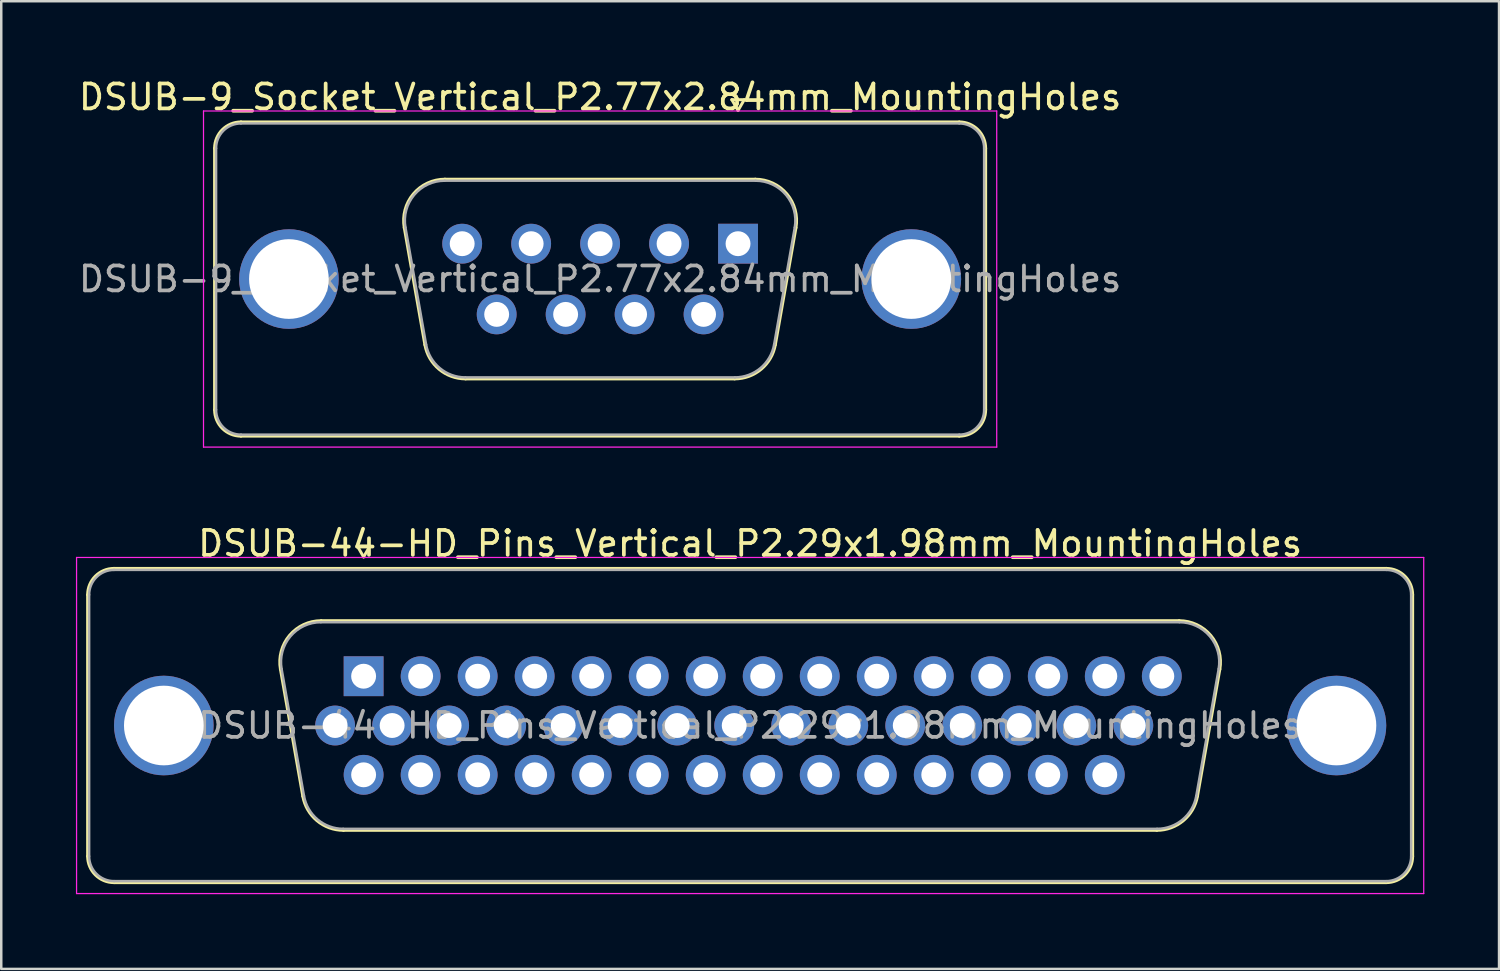
<source format=kicad_pcb>
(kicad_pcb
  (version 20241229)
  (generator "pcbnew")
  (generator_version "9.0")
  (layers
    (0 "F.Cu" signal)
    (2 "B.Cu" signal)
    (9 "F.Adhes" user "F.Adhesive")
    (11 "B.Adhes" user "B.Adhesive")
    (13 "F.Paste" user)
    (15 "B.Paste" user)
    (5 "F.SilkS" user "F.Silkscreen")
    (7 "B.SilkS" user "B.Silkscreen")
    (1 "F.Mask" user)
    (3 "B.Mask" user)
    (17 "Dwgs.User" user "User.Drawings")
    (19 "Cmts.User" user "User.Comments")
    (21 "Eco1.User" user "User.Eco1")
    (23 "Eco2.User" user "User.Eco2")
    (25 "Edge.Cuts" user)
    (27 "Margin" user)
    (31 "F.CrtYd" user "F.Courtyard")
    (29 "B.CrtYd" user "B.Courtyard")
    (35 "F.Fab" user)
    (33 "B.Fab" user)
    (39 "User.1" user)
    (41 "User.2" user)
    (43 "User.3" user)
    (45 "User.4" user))
  (footprint "DSUB-9_Socket_Vertical_P2.77x2.84mm_MountingHoles"
    (layer "F.Cu")
    (at 26.594 6.738)
    (property "Reference" "DSUB-9_Socket_Vertical_P2.77x2.84mm_MountingHoles" (at -5.54 -5.89 0) (layer "F.SilkS") (effects (font (size 1 1) (thickness 0.15))))
    (attr through_hole)
    (fp_line (start -21.025 6.67) (end -21.025 -3.83) (stroke (width 0.12) (type solid)) (layer "F.SilkS"))
    (fp_line (start -19.965 -4.89) (end 8.885 -4.89) (stroke (width 0.12) (type solid)) (layer "F.SilkS"))
    (fp_line (start -13.406 -0.642) (end -12.578 4.058) (stroke (width 0.12) (type solid)) (layer "F.SilkS"))
    (fp_line (start -11.772 -2.59) (end 0.692 -2.59) (stroke (width 0.12) (type solid)) (layer "F.SilkS"))
    (fp_line (start -10.943 5.43) (end -0.137 5.43) (stroke (width 0.12) (type solid)) (layer "F.SilkS"))
    (fp_line (start -0.25 -5.784) (end 0.25 -5.784) (stroke (width 0.12) (type solid)) (layer "F.SilkS"))
    (fp_line (start 0 -5.351) (end -0.25 -5.784) (stroke (width 0.12) (type solid)) (layer "F.SilkS"))
    (fp_line (start 0.25 -5.784) (end 0 -5.351) (stroke (width 0.12) (type solid)) (layer "F.SilkS"))
    (fp_line (start 2.326 -0.642) (end 1.498 4.058) (stroke (width 0.12) (type solid)) (layer "F.SilkS"))
    (fp_line (start 8.885 7.73) (end -19.965 7.73) (stroke (width 0.12) (type solid)) (layer "F.SilkS"))
    (fp_line (start 9.945 -3.83) (end 9.945 6.67) (stroke (width 0.12) (type solid)) (layer "F.SilkS"))
    (fp_arc (start -21.025 -3.83) (mid -20.714533 -4.579533) (end -19.965 -4.89) (stroke (width 0.12) (type solid)) (layer "F.SilkS"))
    (fp_arc (start -19.965 7.73) (mid -20.714533 7.419533) (end -21.025 6.67) (stroke (width 0.12) (type solid)) (layer "F.SilkS"))
    (fp_arc (start -13.40647 -0.641744) (mid -13.043323 -1.997027) (end -11.771689 -2.59) (stroke (width 0.12) (type solid)) (layer "F.SilkS"))
    (fp_arc (start -10.942952 5.43) (mid -12.00998 5.041634) (end -12.577733 4.058256) (stroke (width 0.12) (type solid)) (layer "F.SilkS"))
    (fp_arc (start 0.691689 -2.59) (mid 1.963323 -1.997027) (end 2.32647 -0.641744) (stroke (width 0.12) (type solid)) (layer "F.SilkS"))
    (fp_arc (start 1.497733 4.058256) (mid 0.92998 5.041634) (end -0.137048 5.43) (stroke (width 0.12) (type solid)) (layer "F.SilkS"))
    (fp_arc (start 8.885 -4.89) (mid 9.634533 -4.579533) (end 9.945 -3.83) (stroke (width 0.12) (type solid)) (layer "F.SilkS"))
    (fp_arc (start 9.945 6.67) (mid 9.634533 7.419533) (end 8.885 7.73) (stroke (width 0.12) (type solid)) (layer "F.SilkS"))
    (fp_line (start -21.47 -5.33) (end -21.47 8.17) (stroke (width 0.05) (type solid)) (layer "F.CrtYd"))
    (fp_line (start -21.47 8.17) (end 10.39 8.17) (stroke (width 0.05) (type solid)) (layer "F.CrtYd"))
    (fp_line (start 10.39 -5.33) (end -21.47 -5.33) (stroke (width 0.05) (type solid)) (layer "F.CrtYd"))
    (fp_line (start 10.39 8.17) (end 10.39 -5.33) (stroke (width 0.05) (type solid)) (layer "F.CrtYd"))
    (fp_line (start -20.965 6.67) (end -20.965 -3.83) (stroke (width 0.1) (type solid)) (layer "F.Fab"))
    (fp_line (start -19.965 -4.83) (end 8.885 -4.83) (stroke (width 0.1) (type solid)) (layer "F.Fab"))
    (fp_line (start -13.359 -0.652) (end -12.53 4.048) (stroke (width 0.1) (type solid)) (layer "F.Fab"))
    (fp_line (start -11.783 -2.53) (end 0.703 -2.53) (stroke (width 0.1) (type solid)) (layer "F.Fab"))
    (fp_line (start -10.954 5.37) (end -0.126 5.37) (stroke (width 0.1) (type solid)) (layer "F.Fab"))
    (fp_line (start 2.279 -0.652) (end 1.45 4.048) (stroke (width 0.1) (type solid)) (layer "F.Fab"))
    (fp_line (start 8.885 7.67) (end -19.965 7.67) (stroke (width 0.1) (type solid)) (layer "F.Fab"))
    (fp_line (start 9.885 -3.83) (end 9.885 6.67) (stroke (width 0.1) (type solid)) (layer "F.Fab"))
    (fp_arc (start -20.965 -3.83) (mid -20.672107 -4.537107) (end -19.965 -4.83) (stroke (width 0.1) (type solid)) (layer "F.Fab"))
    (fp_arc (start -19.965 7.67) (mid -20.672107 7.377107) (end -20.965 6.67) (stroke (width 0.1) (type solid)) (layer "F.Fab"))
    (fp_arc (start -13.358887 -0.652163) (mid -13.008865 -1.95846) (end -11.783194 -2.53) (stroke (width 0.1) (type solid)) (layer "F.Fab"))
    (fp_arc (start -10.954457 5.37) (mid -11.982918 4.995671) (end -12.53015 4.047837) (stroke (width 0.1) (type solid)) (layer "F.Fab"))
    (fp_arc (start 0.703194 -2.53) (mid 1.928865 -1.95846) (end 2.278887 -0.652163) (stroke (width 0.1) (type solid)) (layer "F.Fab"))
    (fp_arc (start 1.45015 4.047837) (mid 0.902918 4.995671) (end -0.125543 5.37) (stroke (width 0.1) (type solid)) (layer "F.Fab"))
    (fp_arc (start 8.885 -4.83) (mid 9.592107 -4.537107) (end 9.885 -3.83) (stroke (width 0.1) (type solid)) (layer "F.Fab"))
    (fp_arc (start 9.885 6.67) (mid 9.592107 7.377107) (end 8.885 7.67) (stroke (width 0.1) (type solid)) (layer "F.Fab"))
    (fp_text user "${REFERENCE}" (at -5.54 1.42 0) (layer "F.Fab") (effects (font (size 1 1) (thickness 0.15))))
    (pad "0" thru_hole circle (at -18.04 1.42) (size 4 4) (drill 3.2) (layers "*.Cu" "*.Mask"))
    (pad "0" thru_hole circle (at 6.96 1.42) (size 4 4) (drill 3.2) (layers "*.Cu" "*.Mask"))
    (pad "1" thru_hole rect (at 0 0) (size 1.6 1.6) (drill 1) (layers "*.Cu" "*.Mask"))
    (pad "2" thru_hole circle (at -2.77 0) (size 1.6 1.6) (drill 1) (layers "*.Cu" "*.Mask"))
    (pad "3" thru_hole circle (at -5.54 0) (size 1.6 1.6) (drill 1) (layers "*.Cu" "*.Mask"))
    (pad "4" thru_hole circle (at -8.31 0) (size 1.6 1.6) (drill 1) (layers "*.Cu" "*.Mask"))
    (pad "5" thru_hole circle (at -11.08 0) (size 1.6 1.6) (drill 1) (layers "*.Cu" "*.Mask"))
    (pad "6" thru_hole circle (at -1.385 2.84) (size 1.6 1.6) (drill 1) (layers "*.Cu" "*.Mask"))
    (pad "7" thru_hole circle (at -4.155 2.84) (size 1.6 1.6) (drill 1) (layers "*.Cu" "*.Mask"))
    (pad "8" thru_hole circle (at -6.925 2.84) (size 1.6 1.6) (drill 1) (layers "*.Cu" "*.Mask"))
    (pad "9" thru_hole circle (at -9.695 2.84) (size 1.6 1.6) (drill 1) (layers "*.Cu" "*.Mask")))
  (footprint "DSUB-44-HD_Pins_Vertical_P2.29x1.98mm_MountingHoles"
    (layer "F.Cu")
    (at 11.555 24.111)
    (property "Reference" "DSUB-44-HD_Pins_Vertical_P2.29x1.98mm_MountingHoles" (at 15.525 -5.33 0) (layer "F.SilkS") (effects (font (size 1 1) (thickness 0.15))))
    (attr through_hole)
    (fp_line (start -11.085 7.23) (end -11.085 -3.27) (stroke (width 0.12) (type solid)) (layer "F.SilkS"))
    (fp_line (start -10.025 -4.33) (end 41.075 -4.33) (stroke (width 0.12) (type solid)) (layer "F.SilkS"))
    (fp_line (start -3.341 -0.282) (end -2.442 4.818) (stroke (width 0.12) (type solid)) (layer "F.SilkS"))
    (fp_line (start -1.707 -2.23) (end 32.757 -2.23) (stroke (width 0.12) (type solid)) (layer "F.SilkS"))
    (fp_line (start -0.807 6.19) (end 31.857 6.19) (stroke (width 0.12) (type solid)) (layer "F.SilkS"))
    (fp_line (start -0.25 -5.224) (end 0.25 -5.224) (stroke (width 0.12) (type solid)) (layer "F.SilkS"))
    (fp_line (start 0 -4.791) (end -0.25 -5.224) (stroke (width 0.12) (type solid)) (layer "F.SilkS"))
    (fp_line (start 0.25 -5.224) (end 0 -4.791) (stroke (width 0.12) (type solid)) (layer "F.SilkS"))
    (fp_line (start 34.391 -0.282) (end 33.492 4.818) (stroke (width 0.12) (type solid)) (layer "F.SilkS"))
    (fp_line (start 41.075 8.29) (end -10.025 8.29) (stroke (width 0.12) (type solid)) (layer "F.SilkS"))
    (fp_line (start 42.135 -3.27) (end 42.135 7.23) (stroke (width 0.12) (type solid)) (layer "F.SilkS"))
    (fp_arc (start -11.085 -3.27) (mid -10.774533 -4.019533) (end -10.025 -4.33) (stroke (width 0.12) (type solid)) (layer "F.SilkS"))
    (fp_arc (start -10.025 8.29) (mid -10.774533 7.979533) (end -11.085 7.23) (stroke (width 0.12) (type solid)) (layer "F.SilkS"))
    (fp_arc (start -3.34147 -0.281744) (mid -2.978323 -1.637027) (end -1.706689 -2.23) (stroke (width 0.12) (type solid)) (layer "F.SilkS"))
    (fp_arc (start -0.807421 6.19) (mid -1.874449 5.801634) (end -2.442202 4.818256) (stroke (width 0.12) (type solid)) (layer "F.SilkS"))
    (fp_arc (start 32.756689 -2.23) (mid 34.028323 -1.637027) (end 34.39147 -0.281744) (stroke (width 0.12) (type solid)) (layer "F.SilkS"))
    (fp_arc (start 33.492202 4.818256) (mid 32.924449 5.801634) (end 31.857421 6.19) (stroke (width 0.12) (type solid)) (layer "F.SilkS"))
    (fp_arc (start 41.075 -4.33) (mid 41.824533 -4.019533) (end 42.135 -3.27) (stroke (width 0.12) (type solid)) (layer "F.SilkS"))
    (fp_arc (start 42.135 7.23) (mid 41.824533 7.979533) (end 41.075 8.29) (stroke (width 0.12) (type solid)) (layer "F.SilkS"))
    (fp_line (start -11.53 -4.77) (end -11.53 8.73) (stroke (width 0.05) (type solid)) (layer "F.CrtYd"))
    (fp_line (start -11.53 8.73) (end 42.58 8.73) (stroke (width 0.05) (type solid)) (layer "F.CrtYd"))
    (fp_line (start 42.58 -4.77) (end -11.53 -4.77) (stroke (width 0.05) (type solid)) (layer "F.CrtYd"))
    (fp_line (start 42.58 8.73) (end 42.58 -4.77) (stroke (width 0.05) (type solid)) (layer "F.CrtYd"))
    (fp_line (start -11.025 7.23) (end -11.025 -3.27) (stroke (width 0.1) (type solid)) (layer "F.Fab"))
    (fp_line (start -10.025 -4.27) (end 41.075 -4.27) (stroke (width 0.1) (type solid)) (layer "F.Fab"))
    (fp_line (start -3.294 -0.292) (end -2.395 4.808) (stroke (width 0.1) (type solid)) (layer "F.Fab"))
    (fp_line (start -1.718 -2.17) (end 32.768 -2.17) (stroke (width 0.1) (type solid)) (layer "F.Fab"))
    (fp_line (start -0.819 6.13) (end 31.869 6.13) (stroke (width 0.1) (type solid)) (layer "F.Fab"))
    (fp_line (start 34.344 -0.292) (end 33.445 4.808) (stroke (width 0.1) (type solid)) (layer "F.Fab"))
    (fp_line (start 41.075 8.23) (end -10.025 8.23) (stroke (width 0.1) (type solid)) (layer "F.Fab"))
    (fp_line (start 42.075 -3.27) (end 42.075 7.23) (stroke (width 0.1) (type solid)) (layer "F.Fab"))
    (fp_arc (start -11.025 -3.27) (mid -10.732107 -3.977107) (end -10.025 -4.27) (stroke (width 0.1) (type solid)) (layer "F.Fab"))
    (fp_arc (start -10.025 8.23) (mid -10.732107 7.937107) (end -11.025 7.23) (stroke (width 0.1) (type solid)) (layer "F.Fab"))
    (fp_arc (start -3.293887 -0.292163) (mid -2.943865 -1.59846) (end -1.718194 -2.17) (stroke (width 0.1) (type solid)) (layer "F.Fab"))
    (fp_arc (start -0.818927 6.13) (mid -1.847387 5.755671) (end -2.394619 4.807837) (stroke (width 0.1) (type solid)) (layer "F.Fab"))
    (fp_arc (start 32.768194 -2.17) (mid 33.993865 -1.59846) (end 34.343887 -0.292163) (stroke (width 0.1) (type solid)) (layer "F.Fab"))
    (fp_arc (start 33.444619 4.807837) (mid 32.897387 5.755671) (end 31.868927 6.13) (stroke (width 0.1) (type solid)) (layer "F.Fab"))
    (fp_arc (start 41.075 -4.27) (mid 41.782107 -3.977107) (end 42.075 -3.27) (stroke (width 0.1) (type solid)) (layer "F.Fab"))
    (fp_arc (start 42.075 7.23) (mid 41.782107 7.937107) (end 41.075 8.23) (stroke (width 0.1) (type solid)) (layer "F.Fab"))
    (fp_text user "${REFERENCE}" (at 15.525 1.98 0) (layer "F.Fab") (effects (font (size 1 1) (thickness 0.15))))
    (pad "0" thru_hole circle (at -8.025 1.98) (size 4 4) (drill 3.2) (layers "*.Cu" "*.Mask"))
    (pad "0" thru_hole circle (at 39.075 1.98) (size 4 4) (drill 3.2) (layers "*.Cu" "*.Mask"))
    (pad "1" thru_hole rect (at 0 0) (size 1.6 1.6) (drill 1) (layers "*.Cu" "*.Mask"))
    (pad "2" thru_hole circle (at 2.29 0) (size 1.6 1.6) (drill 1) (layers "*.Cu" "*.Mask"))
    (pad "3" thru_hole circle (at 4.58 0) (size 1.6 1.6) (drill 1) (layers "*.Cu" "*.Mask"))
    (pad "4" thru_hole circle (at 6.87 0) (size 1.6 1.6) (drill 1) (layers "*.Cu" "*.Mask"))
    (pad "5" thru_hole circle (at 9.16 0) (size 1.6 1.6) (drill 1) (layers "*.Cu" "*.Mask"))
    (pad "6" thru_hole circle (at 11.45 0) (size 1.6 1.6) (drill 1) (layers "*.Cu" "*.Mask"))
    (pad "7" thru_hole circle (at 13.74 0) (size 1.6 1.6) (drill 1) (layers "*.Cu" "*.Mask"))
    (pad "8" thru_hole circle (at 16.03 0) (size 1.6 1.6) (drill 1) (layers "*.Cu" "*.Mask"))
    (pad "9" thru_hole circle (at 18.32 0) (size 1.6 1.6) (drill 1) (layers "*.Cu" "*.Mask"))
    (pad "10" thru_hole circle (at 20.61 0) (size 1.6 1.6) (drill 1) (layers "*.Cu" "*.Mask"))
    (pad "11" thru_hole circle (at 22.9 0) (size 1.6 1.6) (drill 1) (layers "*.Cu" "*.Mask"))
    (pad "12" thru_hole circle (at 25.19 0) (size 1.6 1.6) (drill 1) (layers "*.Cu" "*.Mask"))
    (pad "13" thru_hole circle (at 27.48 0) (size 1.6 1.6) (drill 1) (layers "*.Cu" "*.Mask"))
    (pad "14" thru_hole circle (at 29.77 0) (size 1.6 1.6) (drill 1) (layers "*.Cu" "*.Mask"))
    (pad "15" thru_hole circle (at 32.06 0) (size 1.6 1.6) (drill 1) (layers "*.Cu" "*.Mask"))
    (pad "16" thru_hole circle (at -1.145 1.98) (size 1.6 1.6) (drill 1) (layers "*.Cu" "*.Mask"))
    (pad "17" thru_hole circle (at 1.145 1.98) (size 1.6 1.6) (drill 1) (layers "*.Cu" "*.Mask"))
    (pad "18" thru_hole circle (at 3.435 1.98) (size 1.6 1.6) (drill 1) (layers "*.Cu" "*.Mask"))
    (pad "19" thru_hole circle (at 5.725 1.98) (size 1.6 1.6) (drill 1) (layers "*.Cu" "*.Mask"))
    (pad "20" thru_hole circle (at 8.015 1.98) (size 1.6 1.6) (drill 1) (layers "*.Cu" "*.Mask"))
    (pad "21" thru_hole circle (at 10.305 1.98) (size 1.6 1.6) (drill 1) (layers "*.Cu" "*.Mask"))
    (pad "22" thru_hole circle (at 12.595 1.98) (size 1.6 1.6) (drill 1) (layers "*.Cu" "*.Mask"))
    (pad "23" thru_hole circle (at 14.885 1.98) (size 1.6 1.6) (drill 1) (layers "*.Cu" "*.Mask"))
    (pad "24" thru_hole circle (at 17.175 1.98) (size 1.6 1.6) (drill 1) (layers "*.Cu" "*.Mask"))
    (pad "25" thru_hole circle (at 19.465 1.98) (size 1.6 1.6) (drill 1) (layers "*.Cu" "*.Mask"))
    (pad "26" thru_hole circle (at 21.755 1.98) (size 1.6 1.6) (drill 1) (layers "*.Cu" "*.Mask"))
    (pad "27" thru_hole circle (at 24.045 1.98) (size 1.6 1.6) (drill 1) (layers "*.Cu" "*.Mask"))
    (pad "28" thru_hole circle (at 26.335 1.98) (size 1.6 1.6) (drill 1) (layers "*.Cu" "*.Mask"))
    (pad "29" thru_hole circle (at 28.625 1.98) (size 1.6 1.6) (drill 1) (layers "*.Cu" "*.Mask"))
    (pad "30" thru_hole circle (at 30.915 1.98) (size 1.6 1.6) (drill 1) (layers "*.Cu" "*.Mask"))
    (pad "31" thru_hole circle (at 0 3.96) (size 1.6 1.6) (drill 1) (layers "*.Cu" "*.Mask"))
    (pad "32" thru_hole circle (at 2.29 3.96) (size 1.6 1.6) (drill 1) (layers "*.Cu" "*.Mask"))
    (pad "33" thru_hole circle (at 4.58 3.96) (size 1.6 1.6) (drill 1) (layers "*.Cu" "*.Mask"))
    (pad "34" thru_hole circle (at 6.87 3.96) (size 1.6 1.6) (drill 1) (layers "*.Cu" "*.Mask"))
    (pad "35" thru_hole circle (at 9.16 3.96) (size 1.6 1.6) (drill 1) (layers "*.Cu" "*.Mask"))
    (pad "36" thru_hole circle (at 11.45 3.96) (size 1.6 1.6) (drill 1) (layers "*.Cu" "*.Mask"))
    (pad "37" thru_hole circle (at 13.74 3.96) (size 1.6 1.6) (drill 1) (layers "*.Cu" "*.Mask"))
    (pad "38" thru_hole circle (at 16.03 3.96) (size 1.6 1.6) (drill 1) (layers "*.Cu" "*.Mask"))
    (pad "39" thru_hole circle (at 18.32 3.96) (size 1.6 1.6) (drill 1) (layers "*.Cu" "*.Mask"))
    (pad "40" thru_hole circle (at 20.61 3.96) (size 1.6 1.6) (drill 1) (layers "*.Cu" "*.Mask"))
    (pad "41" thru_hole circle (at 22.9 3.96) (size 1.6 1.6) (drill 1) (layers "*.Cu" "*.Mask"))
    (pad "42" thru_hole circle (at 25.19 3.96) (size 1.6 1.6) (drill 1) (layers "*.Cu" "*.Mask"))
    (pad "43" thru_hole circle (at 27.48 3.96) (size 1.6 1.6) (drill 1) (layers "*.Cu" "*.Mask"))
    (pad "44" thru_hole circle (at 29.77 3.96) (size 1.6 1.6) (drill 1) (layers "*.Cu" "*.Mask")))
  (gr_rect
    (start -3 -3)
    (end 57.16 35.867)
    (stroke (width 0.1) (type default))
    (fill no)
    (layer "Edge.Cuts")))
</source>
